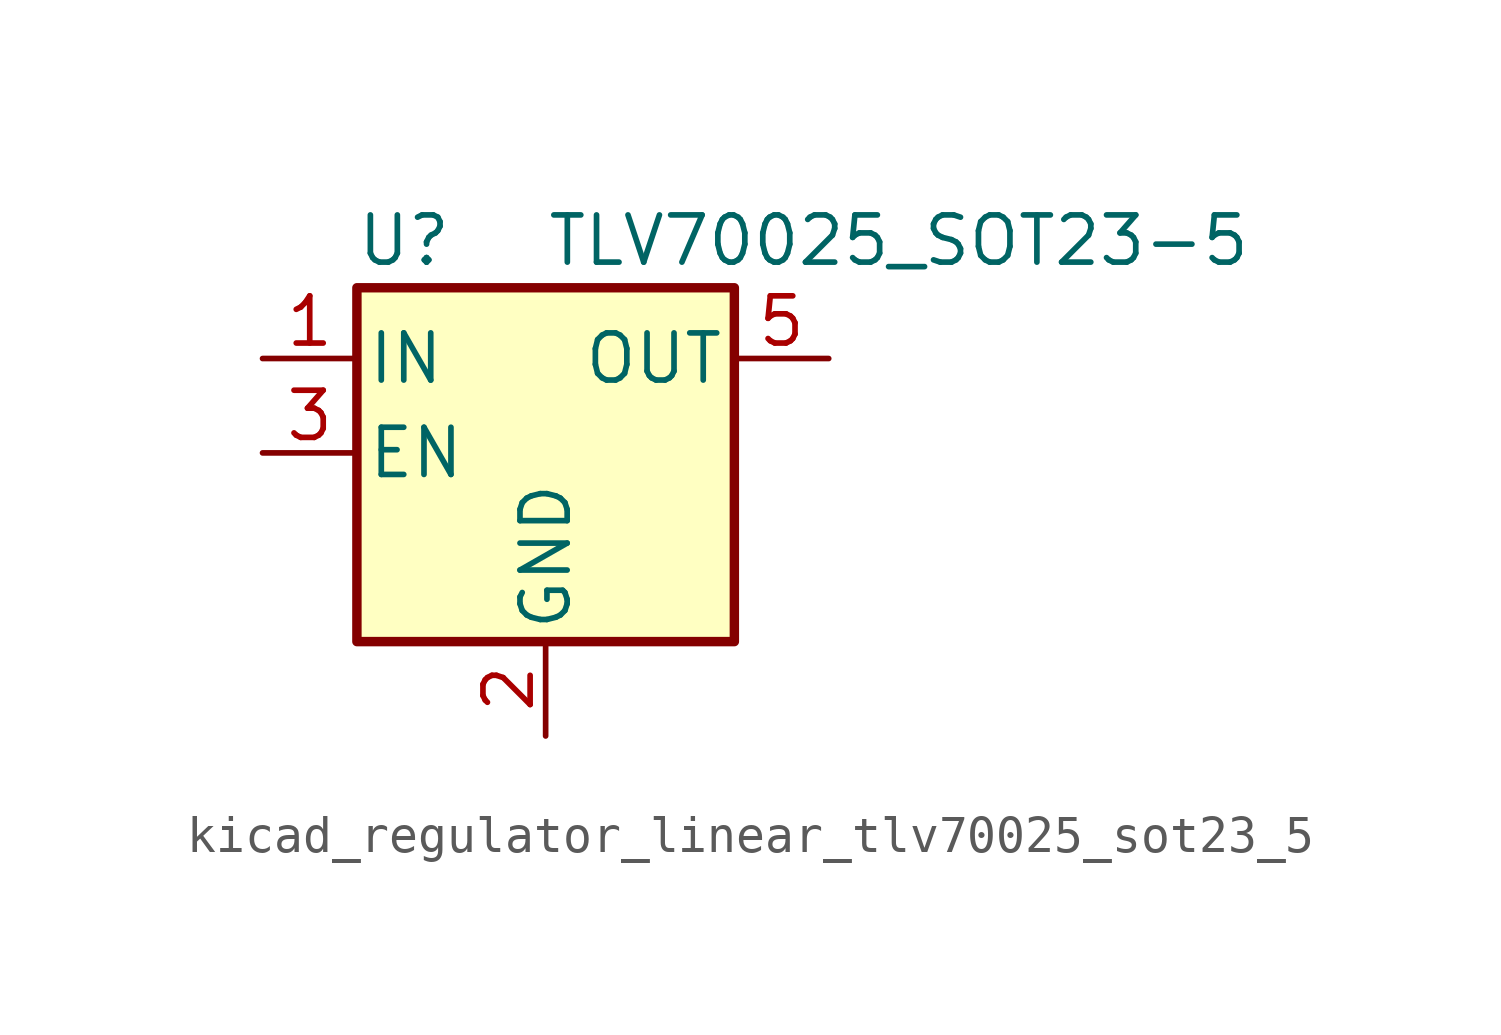
<source format=kicad_sym>
(kicad_symbol_lib
  (version 20220914)
  (generator kicad_symbol_editor)
  (symbol "kicad_regulator_linear_tlv70025_sot23_5"
    (pin_names
      (offset 0.254))
    (property "Reference" "U"
      (at -3.81 5.715 0)
      (effects (font (size 1.27 1.27))))
    (property "Value" "TLV70025_SOT23-5"
      (at 0 5.715 0)
      (effects (font (size 1.27 1.27)) (justify left)))
    (symbol "kicad_regulator_linear_tlv70025_sot23_5_0_1"
      (rectangle (start -5.08 4.445) (end 5.08 -5.08) (stroke (width 0.254) (type default)) (fill (type background))))
    (symbol "kicad_regulator_linear_tlv70025_sot23_5_1_1"
      (pin power_in line (at -7.62 2.54 0) (length 2.54) (name "IN" (effects (font (size 1.27 1.27)))) (number "1" (effects (font (size 1.27 1.27)))))
      (pin power_in line (at 0 -7.62 90) (length 2.54) (name "GND" (effects (font (size 1.27 1.27)))) (number "2" (effects (font (size 1.27 1.27)))))
      (pin input line (at -7.62 0 0) (length 2.54) (name "EN" (effects (font (size 1.27 1.27)))) (number "3" (effects (font (size 1.27 1.27)))))
      (pin no_connect line (at 5.08 0 180) (length 2.54) hide (name "NC" (effects (font (size 1.27 1.27)))) (number "4" (effects (font (size 1.27 1.27)))))
      (pin power_out line (at 7.62 2.54 180) (length 2.54) (name "OUT" (effects (font (size 1.27 1.27)))) (number "5" (effects (font (size 1.27 1.27))))))))
</source>
